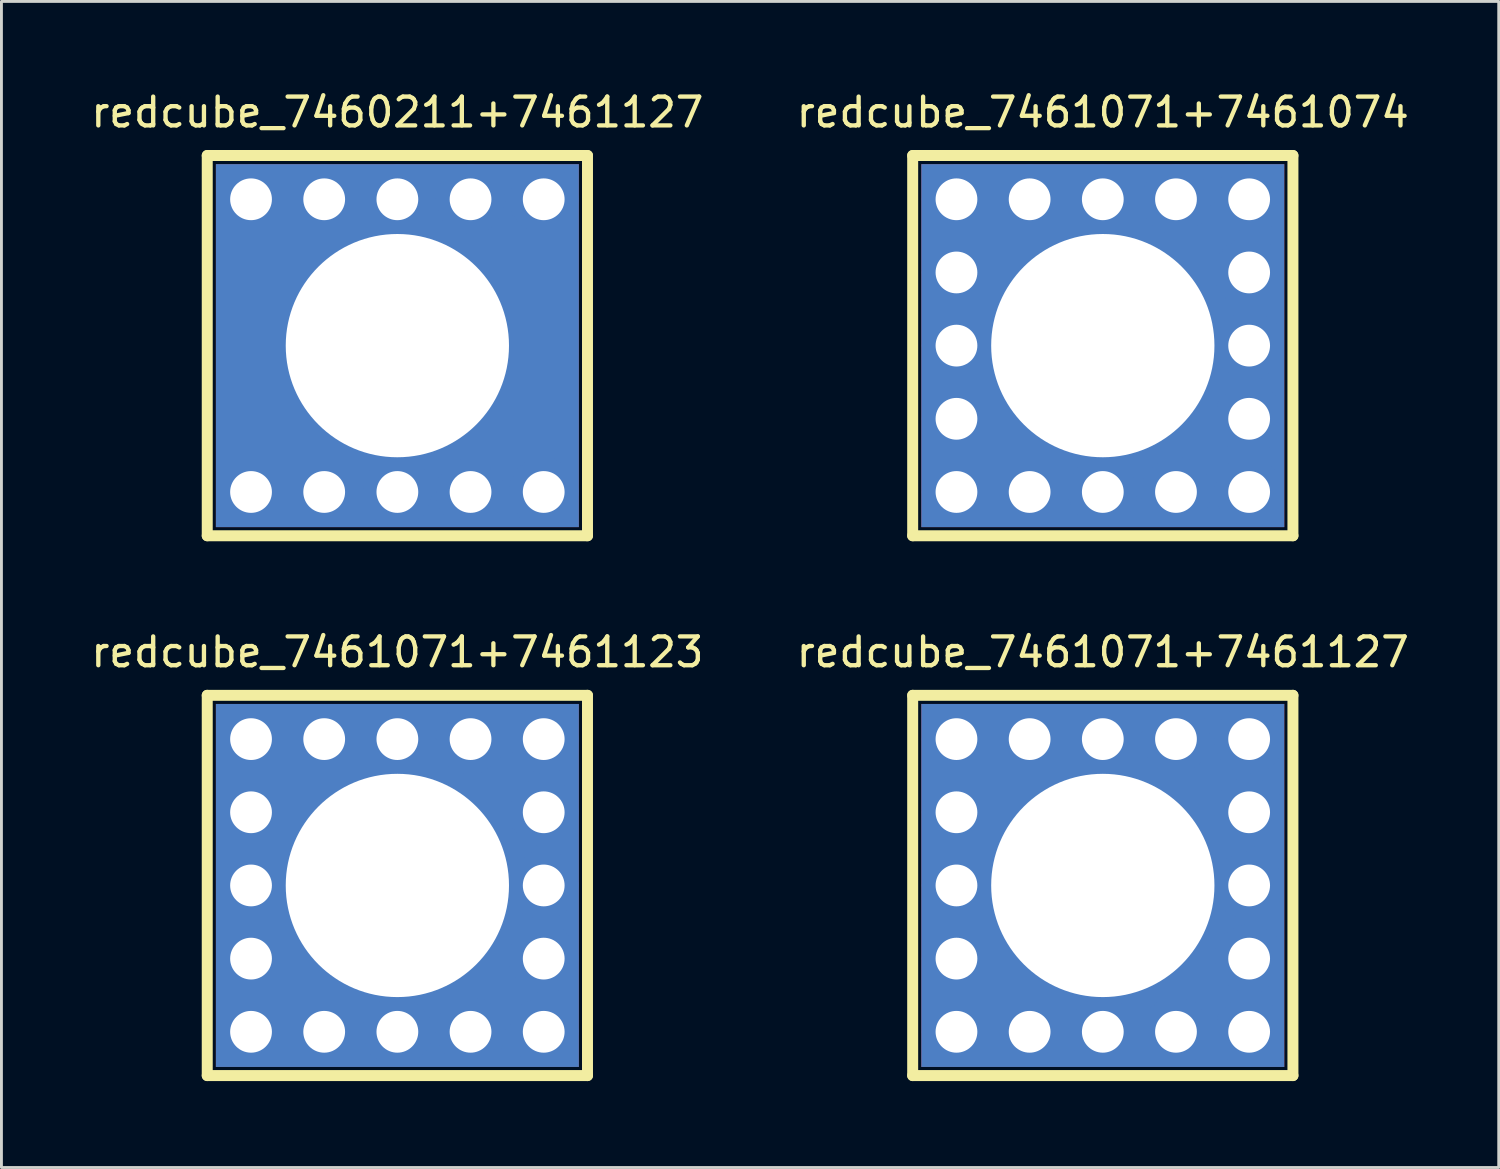
<source format=kicad_pcb>
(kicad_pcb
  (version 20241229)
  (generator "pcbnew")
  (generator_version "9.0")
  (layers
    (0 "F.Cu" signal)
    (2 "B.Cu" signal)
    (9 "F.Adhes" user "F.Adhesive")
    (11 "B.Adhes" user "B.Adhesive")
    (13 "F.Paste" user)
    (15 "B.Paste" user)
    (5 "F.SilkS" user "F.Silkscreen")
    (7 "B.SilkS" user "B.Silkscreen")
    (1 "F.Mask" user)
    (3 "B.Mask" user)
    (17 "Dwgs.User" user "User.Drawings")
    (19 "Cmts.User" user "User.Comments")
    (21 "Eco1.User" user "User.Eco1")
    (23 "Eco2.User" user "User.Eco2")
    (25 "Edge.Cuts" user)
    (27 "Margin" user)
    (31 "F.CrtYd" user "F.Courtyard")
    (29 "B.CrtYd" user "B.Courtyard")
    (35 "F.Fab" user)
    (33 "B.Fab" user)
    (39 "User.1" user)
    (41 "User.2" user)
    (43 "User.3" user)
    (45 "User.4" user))
  (footprint "redcube_7461071+7461074"
    (layer "F.Cu")
    (at 35.232 8.948)
    (property "Reference" "redcube_7461071+7461074" (at 0 -8.1 0) (layer "F.SilkS") (effects (font (size 1 1) (thickness 0.15))))
    (attr through_hole)
    (fp_line (start -6.6 -6.6) (end 6.6 -6.6) (stroke (width 0.381) (type solid)) (layer "F.SilkS"))
    (fp_line (start -6.6 6.6) (end -6.6 -6.6) (stroke (width 0.381) (type solid)) (layer "F.SilkS"))
    (fp_line (start 6.6 -6.6) (end 6.6 6.6) (stroke (width 0.381) (type solid)) (layer "F.SilkS"))
    (fp_line (start 6.6 6.6) (end -6.6 6.6) (stroke (width 0.381) (type solid)) (layer "F.SilkS"))
    (fp_circle (center 0 0) (end 3.6 0) (stroke (width 0.381) (type solid)) (fill no) (layer "F.SilkS"))
    (pad "1" thru_hole circle (at -5.08 -5.08) (size 2.4 2.4) (drill 1.45) (layers "*.Cu" "*.Mask"))
    (pad "1" thru_hole circle (at -5.08 -2.54) (size 2.4 2.4) (drill 1.45) (layers "*.Cu" "*.Mask"))
    (pad "1" thru_hole circle (at -5.08 0) (size 2.4 2.4) (drill 1.45) (layers "*.Cu" "*.Mask"))
    (pad "1" thru_hole circle (at -5.08 2.54) (size 2.4 2.4) (drill 1.45) (layers "*.Cu" "*.Mask"))
    (pad "1" thru_hole circle (at -5.08 5.08) (size 2.4 2.4) (drill 1.45) (layers "*.Cu" "*.Mask"))
    (pad "1" thru_hole circle (at -2.54 -5.08) (size 2.4 2.4) (drill 1.45) (layers "*.Cu" "*.Mask"))
    (pad "1" thru_hole circle (at -2.54 5.08) (size 2.4 2.4) (drill 1.45) (layers "*.Cu" "*.Mask"))
    (pad "1" thru_hole circle (at 0 -5.08) (size 2.4 2.4) (drill 1.45) (layers "*.Cu" "*.Mask"))
    (pad "1" thru_hole rect (at 0 0) (size 12.6 12.6) (drill 7.75) (layers "*.Cu" "*.Mask"))
    (pad "1" thru_hole circle (at 0 5.08) (size 2.4 2.4) (drill 1.45) (layers "*.Cu" "*.Mask"))
    (pad "1" thru_hole circle (at 2.54 -5.08) (size 2.4 2.4) (drill 1.45) (layers "*.Cu" "*.Mask"))
    (pad "1" thru_hole circle (at 2.54 5.08) (size 2.4 2.4) (drill 1.45) (layers "*.Cu" "*.Mask"))
    (pad "1" thru_hole circle (at 5.08 -5.08) (size 2.4 2.4) (drill 1.45) (layers "*.Cu" "*.Mask"))
    (pad "1" thru_hole circle (at 5.08 -2.54) (size 2.4 2.4) (drill 1.45) (layers "*.Cu" "*.Mask"))
    (pad "1" thru_hole circle (at 5.08 0) (size 2.4 2.4) (drill 1.45) (layers "*.Cu" "*.Mask"))
    (pad "1" thru_hole circle (at 5.08 2.54) (size 2.4 2.4) (drill 1.45) (layers "*.Cu" "*.Mask"))
    (pad "1" thru_hole circle (at 5.08 5.08) (size 2.4 2.4) (drill 1.45) (layers "*.Cu" "*.Mask")))
  (footprint "redcube_7461071+7461127"
    (layer "F.Cu")
    (at 35.232 27.687)
    (property "Reference" "redcube_7461071+7461127" (at 0 -8.1 0) (layer "F.SilkS") (effects (font (size 1 1) (thickness 0.15))))
    (attr through_hole)
    (fp_line (start -6.6 -6.6) (end 6.6 -6.6) (stroke (width 0.381) (type solid)) (layer "F.SilkS"))
    (fp_line (start -6.6 6.6) (end -6.6 -6.6) (stroke (width 0.381) (type solid)) (layer "F.SilkS"))
    (fp_line (start 6.6 -6.6) (end 6.6 6.6) (stroke (width 0.381) (type solid)) (layer "F.SilkS"))
    (fp_line (start 6.6 6.6) (end -6.6 6.6) (stroke (width 0.381) (type solid)) (layer "F.SilkS"))
    (fp_circle (center 0 0) (end 3.6 0) (stroke (width 0.381) (type solid)) (fill no) (layer "F.SilkS"))
    (pad "1" thru_hole circle (at -5.08 -5.08) (size 2.4 2.4) (drill 1.45) (layers "*.Cu" "*.Mask"))
    (pad "1" thru_hole circle (at -5.08 -2.54) (size 2.4 2.4) (drill 1.45) (layers "*.Cu" "*.Mask"))
    (pad "1" thru_hole circle (at -5.08 0) (size 2.4 2.4) (drill 1.45) (layers "*.Cu" "*.Mask"))
    (pad "1" thru_hole circle (at -5.08 2.54) (size 2.4 2.4) (drill 1.45) (layers "*.Cu" "*.Mask"))
    (pad "1" thru_hole circle (at -5.08 5.08) (size 2.4 2.4) (drill 1.45) (layers "*.Cu" "*.Mask"))
    (pad "1" thru_hole circle (at -2.54 -5.08) (size 2.4 2.4) (drill 1.45) (layers "*.Cu" "*.Mask"))
    (pad "1" thru_hole circle (at -2.54 5.08) (size 2.4 2.4) (drill 1.45) (layers "*.Cu" "*.Mask"))
    (pad "1" thru_hole circle (at 0 -5.08) (size 2.4 2.4) (drill 1.45) (layers "*.Cu" "*.Mask"))
    (pad "1" thru_hole rect (at 0 0) (size 12.6 12.6) (drill 7.75) (layers "*.Cu" "*.Mask"))
    (pad "1" thru_hole circle (at 0 5.08) (size 2.4 2.4) (drill 1.45) (layers "*.Cu" "*.Mask"))
    (pad "1" thru_hole circle (at 2.54 -5.08) (size 2.4 2.4) (drill 1.45) (layers "*.Cu" "*.Mask"))
    (pad "1" thru_hole circle (at 2.54 5.08) (size 2.4 2.4) (drill 1.45) (layers "*.Cu" "*.Mask"))
    (pad "1" thru_hole circle (at 5.08 -5.08) (size 2.4 2.4) (drill 1.45) (layers "*.Cu" "*.Mask"))
    (pad "1" thru_hole circle (at 5.08 -2.54) (size 2.4 2.4) (drill 1.45) (layers "*.Cu" "*.Mask"))
    (pad "1" thru_hole circle (at 5.08 0) (size 2.4 2.4) (drill 1.45) (layers "*.Cu" "*.Mask"))
    (pad "1" thru_hole circle (at 5.08 2.54) (size 2.4 2.4) (drill 1.45) (layers "*.Cu" "*.Mask"))
    (pad "1" thru_hole circle (at 5.08 5.08) (size 2.4 2.4) (drill 1.45) (layers "*.Cu" "*.Mask")))
  (footprint "redcube_7460211+7461127"
    (layer "F.Cu")
    (at 10.744 8.948)
    (property "Reference" "redcube_7460211+7461127" (at 0 -8.1 0) (layer "F.SilkS") (effects (font (size 1 1) (thickness 0.15))))
    (attr through_hole)
    (fp_line (start -6.6 -6.6) (end 6.6 -6.6) (stroke (width 0.381) (type solid)) (layer "F.SilkS"))
    (fp_line (start -6.6 6.6) (end -6.6 -6.6) (stroke (width 0.381) (type solid)) (layer "F.SilkS"))
    (fp_line (start 6.6 -6.6) (end 6.6 6.6) (stroke (width 0.381) (type solid)) (layer "F.SilkS"))
    (fp_line (start 6.6 6.6) (end -6.6 6.6) (stroke (width 0.381) (type solid)) (layer "F.SilkS"))
    (fp_circle (center 0 0) (end 3.6 0) (stroke (width 0.381) (type solid)) (fill no) (layer "F.SilkS"))
    (pad "1" thru_hole circle (at -5.08 -5.08) (size 2.4 2.4) (drill 1.45) (layers "*.Cu" "*.Mask"))
    (pad "1" thru_hole circle (at -5.08 5.08) (size 2.4 2.4) (drill 1.45) (layers "*.Cu" "*.Mask"))
    (pad "1" thru_hole circle (at -2.54 -5.08) (size 2.4 2.4) (drill 1.45) (layers "*.Cu" "*.Mask"))
    (pad "1" thru_hole circle (at -2.54 5.08) (size 2.4 2.4) (drill 1.45) (layers "*.Cu" "*.Mask"))
    (pad "1" thru_hole circle (at 0 -5.08) (size 2.4 2.4) (drill 1.45) (layers "*.Cu" "*.Mask"))
    (pad "1" thru_hole rect (at 0 0) (size 12.6 12.6) (drill 7.75) (layers "*.Cu" "*.Mask"))
    (pad "1" thru_hole circle (at 0 5.08) (size 2.4 2.4) (drill 1.45) (layers "*.Cu" "*.Mask"))
    (pad "1" thru_hole circle (at 2.54 -5.08) (size 2.4 2.4) (drill 1.45) (layers "*.Cu" "*.Mask"))
    (pad "1" thru_hole circle (at 2.54 5.08) (size 2.4 2.4) (drill 1.45) (layers "*.Cu" "*.Mask"))
    (pad "1" thru_hole circle (at 5.08 -5.08) (size 2.4 2.4) (drill 1.45) (layers "*.Cu" "*.Mask"))
    (pad "1" thru_hole circle (at 5.08 5.08) (size 2.4 2.4) (drill 1.45) (layers "*.Cu" "*.Mask")))
  (footprint "redcube_7461071+7461123"
    (layer "F.Cu")
    (at 10.744 27.687)
    (property "Reference" "redcube_7461071+7461123" (at 0 -8.1 0) (layer "F.SilkS") (effects (font (size 1 1) (thickness 0.15))))
    (attr through_hole)
    (fp_line (start -6.6 -6.6) (end 6.6 -6.6) (stroke (width 0.381) (type solid)) (layer "F.SilkS"))
    (fp_line (start -6.6 6.6) (end -6.6 -6.6) (stroke (width 0.381) (type solid)) (layer "F.SilkS"))
    (fp_line (start 6.6 -6.6) (end 6.6 6.6) (stroke (width 0.381) (type solid)) (layer "F.SilkS"))
    (fp_line (start 6.6 6.6) (end -6.6 6.6) (stroke (width 0.381) (type solid)) (layer "F.SilkS"))
    (fp_circle (center 0 0) (end 3.6 0) (stroke (width 0.381) (type solid)) (fill no) (layer "F.SilkS"))
    (pad "1" thru_hole circle (at -5.08 -5.08) (size 2.4 2.4) (drill 1.45) (layers "*.Cu" "*.Mask"))
    (pad "1" thru_hole circle (at -5.08 -2.54) (size 2.4 2.4) (drill 1.45) (layers "*.Cu" "*.Mask"))
    (pad "1" thru_hole circle (at -5.08 0) (size 2.4 2.4) (drill 1.45) (layers "*.Cu" "*.Mask"))
    (pad "1" thru_hole circle (at -5.08 2.54) (size 2.4 2.4) (drill 1.45) (layers "*.Cu" "*.Mask"))
    (pad "1" thru_hole circle (at -5.08 5.08) (size 2.4 2.4) (drill 1.45) (layers "*.Cu" "*.Mask"))
    (pad "1" thru_hole circle (at -2.54 -5.08) (size 2.4 2.4) (drill 1.45) (layers "*.Cu" "*.Mask"))
    (pad "1" thru_hole circle (at -2.54 5.08) (size 2.4 2.4) (drill 1.45) (layers "*.Cu" "*.Mask"))
    (pad "1" thru_hole circle (at 0 -5.08) (size 2.4 2.4) (drill 1.45) (layers "*.Cu" "*.Mask"))
    (pad "1" thru_hole rect (at 0 0) (size 12.6 12.6) (drill 7.75) (layers "*.Cu" "*.Mask"))
    (pad "1" thru_hole circle (at 0 5.08) (size 2.4 2.4) (drill 1.45) (layers "*.Cu" "*.Mask"))
    (pad "1" thru_hole circle (at 2.54 -5.08) (size 2.4 2.4) (drill 1.45) (layers "*.Cu" "*.Mask"))
    (pad "1" thru_hole circle (at 2.54 5.08) (size 2.4 2.4) (drill 1.45) (layers "*.Cu" "*.Mask"))
    (pad "1" thru_hole circle (at 5.08 -5.08) (size 2.4 2.4) (drill 1.45) (layers "*.Cu" "*.Mask"))
    (pad "1" thru_hole circle (at 5.08 -2.54) (size 2.4 2.4) (drill 1.45) (layers "*.Cu" "*.Mask"))
    (pad "1" thru_hole circle (at 5.08 0) (size 2.4 2.4) (drill 1.45) (layers "*.Cu" "*.Mask"))
    (pad "1" thru_hole circle (at 5.08 2.54) (size 2.4 2.4) (drill 1.45) (layers "*.Cu" "*.Mask"))
    (pad "1" thru_hole circle (at 5.08 5.08) (size 2.4 2.4) (drill 1.45) (layers "*.Cu" "*.Mask")))
  (gr_rect
    (start -3 -3)
    (end 48.976 37.477)
    (stroke (width 0.1) (type default))
    (fill no)
    (layer "Edge.Cuts")))
</source>
